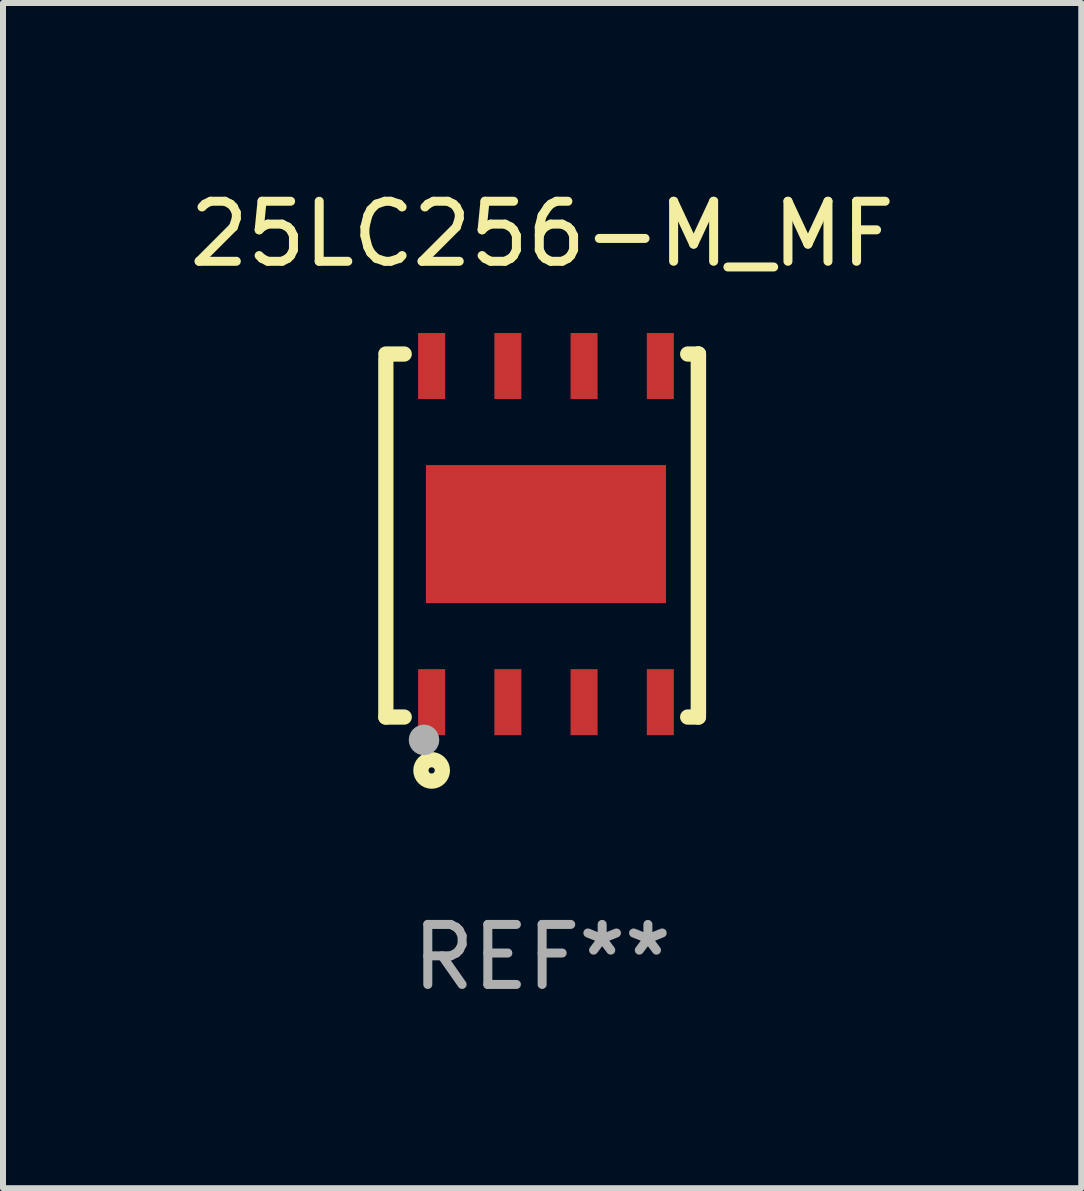
<source format=kicad_pcb>
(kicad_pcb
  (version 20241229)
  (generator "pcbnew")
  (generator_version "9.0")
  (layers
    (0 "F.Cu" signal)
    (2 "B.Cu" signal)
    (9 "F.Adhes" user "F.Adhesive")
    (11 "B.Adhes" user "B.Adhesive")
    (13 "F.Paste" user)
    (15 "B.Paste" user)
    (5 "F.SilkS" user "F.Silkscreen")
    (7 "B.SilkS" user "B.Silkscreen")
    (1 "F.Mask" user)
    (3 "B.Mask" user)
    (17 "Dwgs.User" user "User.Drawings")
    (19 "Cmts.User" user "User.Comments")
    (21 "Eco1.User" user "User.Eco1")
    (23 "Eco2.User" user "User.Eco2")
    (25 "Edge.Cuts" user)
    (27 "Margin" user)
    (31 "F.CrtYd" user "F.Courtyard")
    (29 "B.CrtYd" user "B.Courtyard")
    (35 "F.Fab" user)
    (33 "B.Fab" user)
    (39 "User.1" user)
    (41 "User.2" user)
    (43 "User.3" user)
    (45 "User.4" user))
  (footprint "25LC256-M_MF"
    (layer "F.Cu")
    (at 5.982 5.872)
    (property "Reference" "25LC256-M_MF" (at 0 -5.024 0) (layer "F.SilkS") (effects (font (size 1 1) (thickness 0.15))))
    (attr through_hole)
    (fp_line (start -2.604 -2.945) (end -2.604 3.024) (stroke (width 0.254) (type solid)) (layer "F.SilkS"))
    (fp_line (start -2.604 3.024) (end -2.298 3.024) (stroke (width 0.254) (type solid)) (layer "F.SilkS"))
    (fp_line (start -2.298 -3.024) (end -2.604 -3.024) (stroke (width 0.254) (type solid)) (layer "F.SilkS"))
    (fp_line (start 2.425 3.024) (end 2.604 3.024) (stroke (width 0.254) (type solid)) (layer "F.SilkS"))
    (fp_line (start 2.604 -3.024) (end 2.425 -3.024) (stroke (width 0.254) (type solid)) (layer "F.SilkS"))
    (fp_line (start 2.604 -3.024) (end 2.604 2.976) (stroke (width 0.254) (type solid)) (layer "F.SilkS"))
    (fp_line (start 2.604 3.024) (end 2.604 -3.024) (stroke (width 0.254) (type solid)) (layer "F.SilkS"))
    (fp_circle (center -2.436 2.976) (end -2.406 2.976) (stroke (width 0.06) (type solid)) (fill no) (layer "F.SilkS"))
    (fp_circle (center -1.841 3.913) (end -1.662 3.913) (stroke (width 0.254) (type solid)) (fill no) (layer "F.SilkS"))
    (fp_circle (center -1.968 3.405) (end -1.841 3.405) (stroke (width 0.254) (type solid)) (fill no) (layer "F.Fab"))
    (fp_text user "REF**" (at 0 7.024 0) (layer "F.Fab") (effects (font (size 1 1) (thickness 0.15))))
    (pad "1" smd rect (at -1.841 2.776) (size 0.45 1.1) (layers "F.Cu" "F.Mask" "F.Paste"))
    (pad "2" smd rect (at -0.571 2.776) (size 0.45 1.1) (layers "F.Cu" "F.Mask" "F.Paste"))
    (pad "3" smd rect (at 0.699 2.776) (size 0.45 1.1) (layers "F.Cu" "F.Mask" "F.Paste"))
    (pad "4" smd rect (at 1.969 2.776) (size 0.45 1.1) (layers "F.Cu" "F.Mask" "F.Paste"))
    (pad "5" smd rect (at 1.969 -2.824) (size 0.45 1.1) (layers "F.Cu" "F.Mask" "F.Paste"))
    (pad "6" smd rect (at 0.699 -2.824) (size 0.45 1.1) (layers "F.Cu" "F.Mask" "F.Paste"))
    (pad "7" smd rect (at -0.571 -2.824) (size 0.45 1.1) (layers "F.Cu" "F.Mask" "F.Paste"))
    (pad "8" smd rect (at -1.841 -2.824) (size 0.45 1.1) (layers "F.Cu" "F.Mask" "F.Paste"))
    (pad "9" smd rect (at 0.064 -0.024) (size 4 2.3) (layers "F.Cu" "F.Mask" "F.Paste")))
  (gr_rect
    (start -3 -3)
    (end 14.964 16.745)
    (stroke (width 0.1) (type default))
    (fill no)
    (layer "Edge.Cuts")))
</source>
